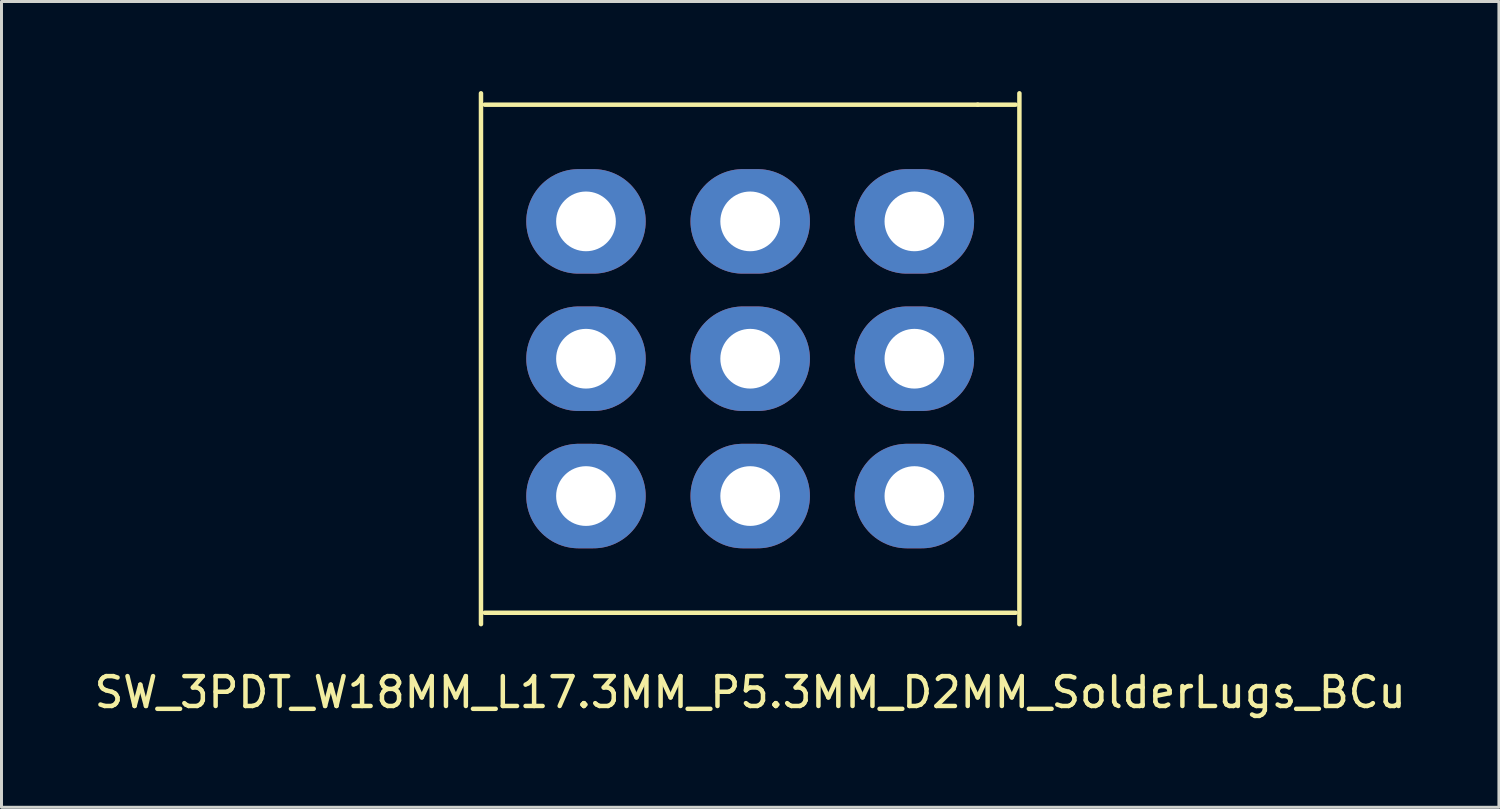
<source format=kicad_pcb>
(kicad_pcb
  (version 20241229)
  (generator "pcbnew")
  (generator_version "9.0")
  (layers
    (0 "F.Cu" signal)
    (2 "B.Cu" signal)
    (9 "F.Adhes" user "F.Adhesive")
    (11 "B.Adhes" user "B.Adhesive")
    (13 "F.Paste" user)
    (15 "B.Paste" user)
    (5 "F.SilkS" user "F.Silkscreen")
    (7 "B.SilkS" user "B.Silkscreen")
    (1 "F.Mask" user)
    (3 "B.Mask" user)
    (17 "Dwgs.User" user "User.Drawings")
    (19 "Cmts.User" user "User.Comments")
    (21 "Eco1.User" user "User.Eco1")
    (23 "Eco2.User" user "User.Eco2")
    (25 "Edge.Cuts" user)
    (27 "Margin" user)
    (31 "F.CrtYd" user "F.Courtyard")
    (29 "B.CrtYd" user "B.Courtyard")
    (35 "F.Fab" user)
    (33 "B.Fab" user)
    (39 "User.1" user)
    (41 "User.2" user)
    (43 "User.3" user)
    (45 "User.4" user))
  (footprint "SW_3PDT_W18MM_L17.3MM_P5.3MM_D2MM_SolderLugs_BCu"
    (layer "F.Cu")
    (at 22.077 8.965)
    (property "Reference" "SW_3PDT_W18MM_L17.3MM_P5.3MM_D2MM_SolderLugs_BCu" (at 0 11.176 0) (layer "F.SilkS") (effects (font (size 1 1) (thickness 0.15))))
    (attr through_hole)
    (fp_line (start -9.017 8.89) (end -9.017 -8.89) (stroke (width 0.15) (type solid)) (layer "F.SilkS"))
    (fp_line (start -8.89 -8.509) (end 7.62 -8.509) (stroke (width 0.15) (type solid)) (layer "F.SilkS"))
    (fp_line (start 7.62 -8.509) (end 8.89 -8.509) (stroke (width 0.15) (type solid)) (layer "F.SilkS"))
    (fp_line (start 8.89 8.509) (end -8.89 8.509) (stroke (width 0.15) (type solid)) (layer "F.SilkS"))
    (fp_line (start 9.017 -8.89) (end 9.017 8.89) (stroke (width 0.15) (type solid)) (layer "F.SilkS"))
    (pad "1" thru_hole oval (at -5.5 -4.6) (size 4 3.5) (drill 2) (layers "*.Mask" "B.Cu"))
    (pad "2" thru_hole oval (at -5.5 0) (size 4 3.5) (drill 2) (layers "*.Mask" "B.Cu"))
    (pad "3" thru_hole oval (at -5.5 4.6) (size 4 3.5) (drill 2) (layers "*.Mask" "B.Cu"))
    (pad "4" thru_hole oval (at 0 -4.6) (size 4 3.5) (drill 2) (layers "*.Mask" "B.Cu"))
    (pad "5" thru_hole oval (at 0 0) (size 4 3.5) (drill 2) (layers "*.Mask" "B.Cu"))
    (pad "6" thru_hole oval (at 0 4.6) (size 4 3.5) (drill 2) (layers "*.Mask" "B.Cu"))
    (pad "7" thru_hole oval (at 5.5 -4.6) (size 4 3.5) (drill 2) (layers "*.Mask" "B.Cu"))
    (pad "8" thru_hole oval (at 5.5 0) (size 4 3.5) (drill 2) (layers "*.Mask" "B.Cu"))
    (pad "9" thru_hole oval (at 5.5 4.6) (size 4 3.5) (drill 2) (layers "*.Mask" "B.Cu")))
  (gr_rect
    (start -3 -3)
    (end 47.155 23.989)
    (stroke (width 0.1) (type default))
    (fill no)
    (layer "Edge.Cuts")))
</source>
